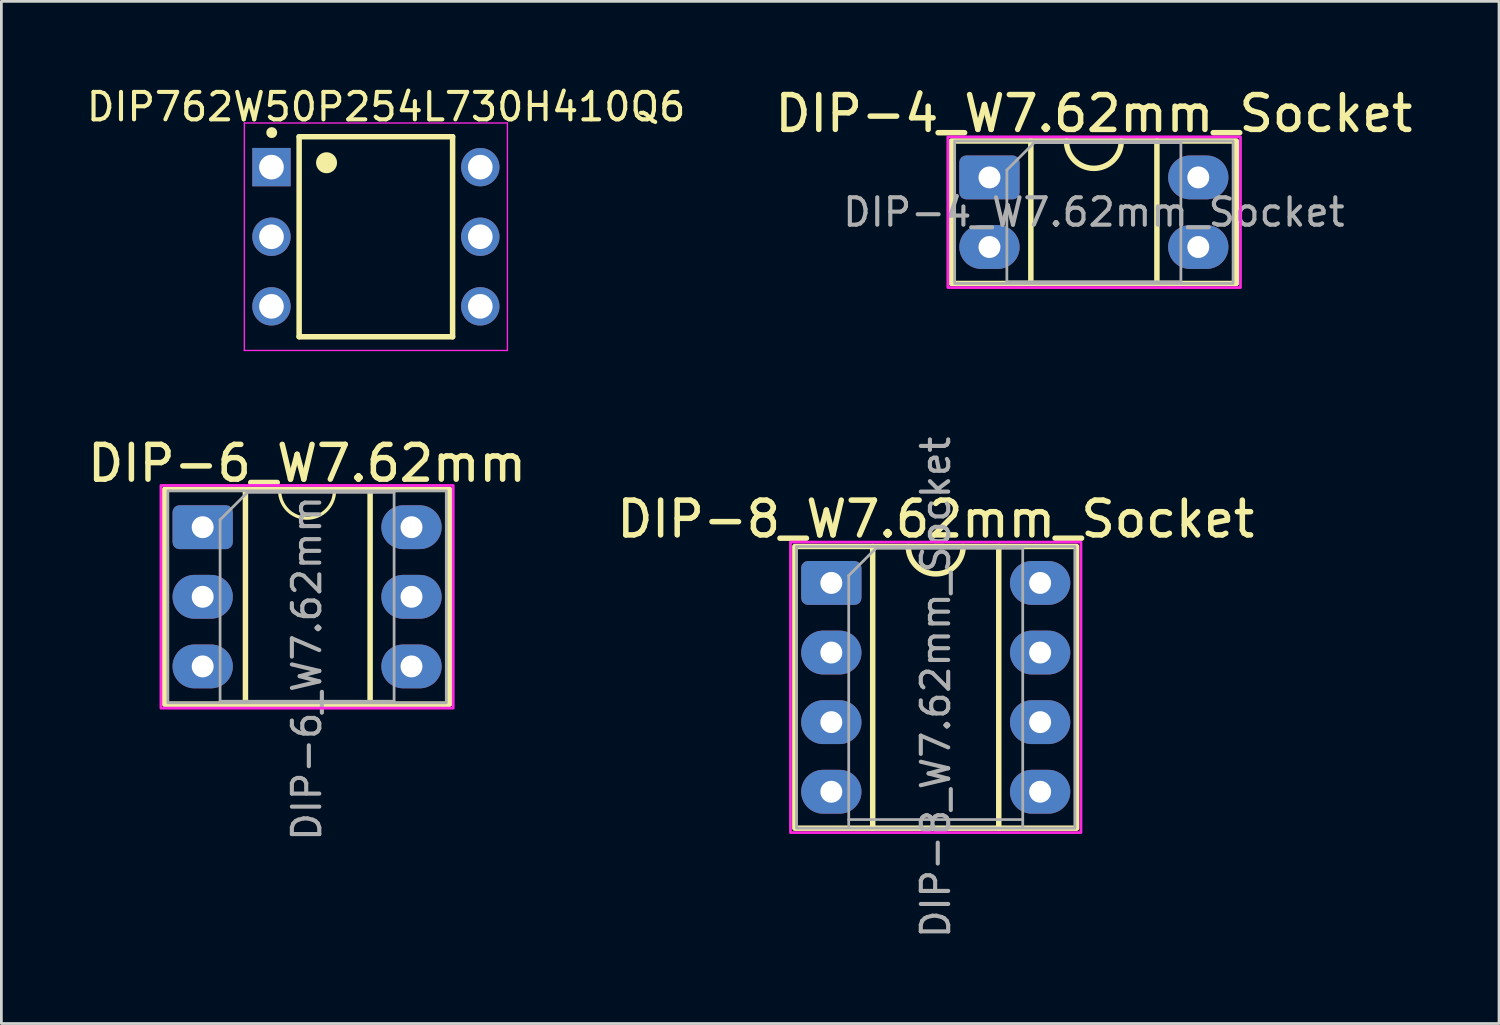
<source format=kicad_pcb>
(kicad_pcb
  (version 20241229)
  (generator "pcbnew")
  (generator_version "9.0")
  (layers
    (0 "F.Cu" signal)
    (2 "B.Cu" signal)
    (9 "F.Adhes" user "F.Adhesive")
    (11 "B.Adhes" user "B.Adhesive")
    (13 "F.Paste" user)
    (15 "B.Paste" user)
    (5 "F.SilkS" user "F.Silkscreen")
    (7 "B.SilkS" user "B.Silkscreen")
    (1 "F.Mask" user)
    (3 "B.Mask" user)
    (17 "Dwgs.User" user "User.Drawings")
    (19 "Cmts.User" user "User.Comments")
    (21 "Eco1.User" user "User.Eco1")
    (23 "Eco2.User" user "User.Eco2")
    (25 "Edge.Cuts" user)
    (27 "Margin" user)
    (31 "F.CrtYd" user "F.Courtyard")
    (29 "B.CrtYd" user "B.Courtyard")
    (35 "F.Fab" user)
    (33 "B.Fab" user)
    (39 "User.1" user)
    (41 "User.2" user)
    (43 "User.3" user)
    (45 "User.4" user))
  (footprint "DIP-4_W7.62mm_Socket"
    (layer "F.Cu")
    (at 36.867 4.694)
    (property "Reference" "DIP-4_W7.62mm_Socket" (at 0 -3.6 0) (layer "F.SilkS") (effects (font (size 1.27 1.27) (thickness 0.2))))
    (attr through_hole)
    (fp_line (start -2.3 -2.6) (end -2.3 2.6) (stroke (width 0.2) (type solid)) (layer "F.SilkS"))
    (fp_line (start -1 -2.6) (end -2.25 -2.6) (stroke (width 0.12) (type solid)) (layer "F.SilkS"))
    (fp_line (start 2.25 -2.6) (end 1 -2.6) (stroke (width 0.12) (type solid)) (layer "F.SilkS"))
    (fp_line (start 2.3 2.6) (end 2.3 -2.6) (stroke (width 0.2) (type solid)) (layer "F.SilkS"))
    (fp_rect (start -5.2 -2.6) (end 5.2 2.6) (stroke (width 0.2) (type solid)) (fill no) (layer "F.SilkS"))
    (fp_arc (start 1 -2.6) (mid 0 -1.6) (end -1 -2.6) (stroke (width 0.2) (type solid)) (layer "F.SilkS"))
    (fp_rect (start -5.33 -2.75) (end 5.35 2.75) (stroke (width 0.1) (type solid)) (fill no) (layer "F.CrtYd"))
    (fp_line (start -3.175 -1.54) (end -2.175 -2.54) (stroke (width 0.1) (type solid)) (layer "F.Fab"))
    (fp_line (start -3.175 2.54) (end -3.175 -1.54) (stroke (width 0.1) (type solid)) (layer "F.Fab"))
    (fp_line (start -2.175 -2.54) (end 3.175 -2.54) (stroke (width 0.1) (type solid)) (layer "F.Fab"))
    (fp_line (start 3.175 -2.54) (end 3.175 2.54) (stroke (width 0.1) (type solid)) (layer "F.Fab"))
    (fp_line (start 3.175 2.54) (end -3.175 2.54) (stroke (width 0.1) (type solid)) (layer "F.Fab"))
    (fp_rect (start -5.08 -2.6) (end 5.08 2.6) (stroke (width 0.1) (type solid)) (fill no) (layer "F.Fab"))
    (fp_text user "${REFERENCE}" (at 0 0 0) (layer "F.Fab") (effects (font (size 1 1) (thickness 0.15))))
    (pad "1" thru_hole roundrect (at -3.81 -1.27) (size 2.2 1.6) (drill 0.8) (layers "*.Cu" "*.Mask") (roundrect_rratio 0.156))
    (pad "2" thru_hole oval (at -3.81 1.27) (size 2.2 1.6) (drill 0.8) (layers "*.Cu" "*.Mask"))
    (pad "3" thru_hole oval (at 3.81 1.27) (size 2.2 1.6) (drill 0.8) (layers "*.Cu" "*.Mask"))
    (pad "4" thru_hole oval (at 3.81 -1.27) (size 2.2 1.6) (drill 0.8) (layers "*.Cu" "*.Mask")))
  (footprint "DIP-8_W7.62mm_Socket"
    (layer "F.Cu")
    (at 31.096 22.032)
    (property "Reference" "DIP-8_W7.62mm_Socket" (at 0 -6.14 0) (layer "F.SilkS") (effects (font (size 1.27 1.27) (thickness 0.2))))
    (attr through_hole)
    (fp_line (start -2.3 -5.14) (end -2.3 5.14) (stroke (width 0.2) (type solid)) (layer "F.SilkS"))
    (fp_line (start -1 -5.14) (end -2.25 -5.14) (stroke (width 0.12) (type solid)) (layer "F.SilkS"))
    (fp_line (start 2.25 -5.14) (end 1 -5.14) (stroke (width 0.12) (type solid)) (layer "F.SilkS"))
    (fp_line (start 2.3 5.14) (end 2.3 -5.14) (stroke (width 0.2) (type solid)) (layer "F.SilkS"))
    (fp_rect (start -5.14 -5.14) (end 5.14 5.14) (stroke (width 0.2) (type solid)) (fill no) (layer "F.SilkS"))
    (fp_arc (start 1 -5.14) (mid 0 -4.14) (end -1 -5.14) (stroke (width 0.2) (type solid)) (layer "F.SilkS"))
    (fp_rect (start -5.3 -5.3) (end 5.3 5.3) (stroke (width 0.1) (type solid)) (fill no) (layer "F.CrtYd"))
    (fp_line (start -3.175 -4.08) (end -2.175 -5.08) (stroke (width 0.1) (type solid)) (layer "F.Fab"))
    (fp_line (start -3.175 5.08) (end -3.175 -4.08) (stroke (width 0.1) (type solid)) (layer "F.Fab"))
    (fp_line (start -2.175 -5.08) (end 3.175 -5.08) (stroke (width 0.1) (type solid)) (layer "F.Fab"))
    (fp_line (start 3.175 -5.08) (end 3.175 5.08) (stroke (width 0.1) (type solid)) (layer "F.Fab"))
    (fp_line (start 3.175 4.826) (end -3.175 4.826) (stroke (width 0.1) (type solid)) (layer "F.Fab"))
    (fp_rect (start -5.08 -5.14) (end 5.08 5.14) (stroke (width 0.1) (type solid)) (fill no) (layer "F.Fab"))
    (fp_text user "${REFERENCE}" (at 0 0 90) (layer "F.Fab") (effects (font (size 1 1) (thickness 0.15))))
    (pad "1" thru_hole roundrect (at -3.81 -3.81) (size 2.2 1.6) (drill 0.8) (layers "*.Cu" "*.Mask") (roundrect_rratio 0.156))
    (pad "2" thru_hole oval (at -3.81 -1.27) (size 2.2 1.6) (drill 0.8) (layers "*.Cu" "*.Mask"))
    (pad "3" thru_hole oval (at -3.81 1.27) (size 2.2 1.6) (drill 0.8) (layers "*.Cu" "*.Mask"))
    (pad "4" thru_hole oval (at -3.81 3.81) (size 2.2 1.6) (drill 0.8) (layers "*.Cu" "*.Mask"))
    (pad "5" thru_hole oval (at 3.81 3.81) (size 2.2 1.6) (drill 0.8) (layers "*.Cu" "*.Mask"))
    (pad "6" thru_hole oval (at 3.81 1.27) (size 2.2 1.6) (drill 0.8) (layers "*.Cu" "*.Mask"))
    (pad "7" thru_hole oval (at 3.81 -1.27) (size 2.2 1.6) (drill 0.8) (layers "*.Cu" "*.Mask"))
    (pad "8" thru_hole oval (at 3.81 -3.81) (size 2.2 1.6) (drill 0.8) (layers "*.Cu" "*.Mask")))
  (footprint "DIP-6_W7.62mm"
    (layer "F.Cu")
    (at 8.156 18.728)
    (property "Reference" "DIP-6_W7.62mm" (at 0 -4.87 0) (layer "F.SilkS") (effects (font (size 1.27 1.27) (thickness 0.2))))
    (attr through_hole)
    (fp_line (start -2.25 -3.87) (end -2.25 3.87) (stroke (width 0.2) (type solid)) (layer "F.SilkS"))
    (fp_line (start -2.25 3.87) (end 2.25 3.87) (stroke (width 0.12) (type solid)) (layer "F.SilkS"))
    (fp_line (start -1 -3.87) (end -2.25 -3.87) (stroke (width 0.12) (type solid)) (layer "F.SilkS"))
    (fp_line (start 2.25 -3.87) (end 1 -3.87) (stroke (width 0.12) (type solid)) (layer "F.SilkS"))
    (fp_line (start 2.3 3.87) (end 2.3 -3.87) (stroke (width 0.2) (type solid)) (layer "F.SilkS"))
    (fp_rect (start -5.2 -3.92) (end 5.2 3.92) (stroke (width 0.2) (type solid)) (fill no) (layer "F.SilkS"))
    (fp_arc (start 1 -3.87) (mid 0 -2.87) (end -1 -3.87) (stroke (width 0.12) (type solid)) (layer "F.SilkS"))
    (fp_rect (start -5.334 -4.064) (end 5.334 4.064) (stroke (width 0.1) (type solid)) (fill no) (layer "F.CrtYd"))
    (fp_line (start -3.175 -2.81) (end -2.175 -3.81) (stroke (width 0.1) (type solid)) (layer "F.Fab"))
    (fp_line (start -3.175 3.81) (end -3.175 -2.81) (stroke (width 0.1) (type solid)) (layer "F.Fab"))
    (fp_line (start -2.175 -3.81) (end 3.175 -3.81) (stroke (width 0.1) (type solid)) (layer "F.Fab"))
    (fp_line (start 3.175 -3.81) (end 3.175 3.81) (stroke (width 0.1) (type solid)) (layer "F.Fab"))
    (fp_line (start 3.175 3.81) (end -3.175 3.81) (stroke (width 0.1) (type solid)) (layer "F.Fab"))
    (fp_rect (start -5.08 -3.87) (end 5.08 3.87) (stroke (width 0.1) (type solid)) (fill no) (layer "F.Fab"))
    (fp_text user "${REFERENCE}" (at -0.01 2.61 90) (layer "F.Fab") (effects (font (size 1 1) (thickness 0.15))))
    (pad "1" thru_hole roundrect (at -3.81 -2.54) (size 2.2 1.6) (drill 0.8) (layers "*.Cu" "*.Mask") (roundrect_rratio 0.156))
    (pad "2" thru_hole oval (at -3.81 0) (size 2.2 1.6) (drill 0.8) (layers "*.Cu" "*.Mask"))
    (pad "3" thru_hole oval (at -3.81 2.54) (size 2.2 1.6) (drill 0.8) (layers "*.Cu" "*.Mask"))
    (pad "4" thru_hole oval (at 3.81 2.54) (size 2.2 1.6) (drill 0.8) (layers "*.Cu" "*.Mask"))
    (pad "5" thru_hole oval (at 3.81 0) (size 2.2 1.6) (drill 0.8) (layers "*.Cu" "*.Mask"))
    (pad "6" thru_hole oval (at 3.81 -2.54) (size 2.2 1.6) (drill 0.8) (layers "*.Cu" "*.Mask")))
  (footprint "DIP762W50P254L730H410Q6"
    (layer "F.Cu")
    (at 10.666 5.589)
    (property "Reference" "DIP762W50P254L730H410Q6" (at 0.375 -4.74 0) (layer "F.SilkS") (effects (font (size 1.001 1.001) (thickness 0.15))))
    (attr through_hole)
    (fp_line (start -2.8 -3.65) (end 2.8 -3.65) (stroke (width 0.2) (type solid)) (layer "F.SilkS"))
    (fp_line (start -2.8 3.65) (end -2.8 -3.65) (stroke (width 0.2) (type solid)) (layer "F.SilkS"))
    (fp_line (start -2 -2.6) (end -1.8 -2.9) (stroke (width 0.2) (type solid)) (layer "F.SilkS"))
    (fp_line (start -2 -2.6) (end -1.8 -2.7) (stroke (width 0.2) (type solid)) (layer "F.SilkS"))
    (fp_line (start -1.8 -2.9) (end -1.6 -2.7) (stroke (width 0.2) (type solid)) (layer "F.SilkS"))
    (fp_line (start -1.7 -2.5) (end -2 -2.6) (stroke (width 0.2) (type solid)) (layer "F.SilkS"))
    (fp_line (start -1.6 -2.7) (end -1.7 -2.5) (stroke (width 0.2) (type solid)) (layer "F.SilkS"))
    (fp_line (start 2.8 -3.65) (end 2.8 3.65) (stroke (width 0.2) (type solid)) (layer "F.SilkS"))
    (fp_line (start 2.8 3.65) (end -2.8 3.65) (stroke (width 0.2) (type solid)) (layer "F.SilkS"))
    (fp_circle (center -3.8 -3.8) (end -3.7 -3.8) (stroke (width 0.2) (type solid)) (fill no) (layer "F.SilkS"))
    (fp_circle (center -1.8 -2.7) (end -1.517 -2.7) (stroke (width 0.2) (type solid)) (fill no) (layer "F.SilkS"))
    (fp_line (start -4.8 -4.15) (end 4.8 -4.15) (stroke (width 0.05) (type solid)) (layer "F.CrtYd"))
    (fp_line (start -4.8 4.15) (end -4.8 -4.15) (stroke (width 0.05) (type solid)) (layer "F.CrtYd"))
    (fp_line (start 4.8 -4.15) (end 4.8 4.15) (stroke (width 0.05) (type solid)) (layer "F.CrtYd"))
    (fp_line (start 4.8 4.15) (end -4.8 4.15) (stroke (width 0.05) (type solid)) (layer "F.CrtYd"))
    (pad "1" thru_hole rect (at -3.81 -2.54) (size 1.4 1.4) (drill 0.9) (layers "*.Cu" "*.Mask"))
    (pad "2" thru_hole circle (at -3.81 0) (size 1.4 1.4) (drill 0.9) (layers "*.Cu" "*.Mask"))
    (pad "3" thru_hole circle (at -3.81 2.54) (size 1.4 1.4) (drill 0.9) (layers "*.Cu" "*.Mask"))
    (pad "4" thru_hole circle (at 3.81 2.54) (size 1.4 1.4) (drill 0.9) (layers "*.Cu" "*.Mask"))
    (pad "5" thru_hole circle (at 3.81 0) (size 1.4 1.4) (drill 0.9) (layers "*.Cu" "*.Mask"))
    (pad "6" thru_hole circle (at 3.81 -2.54) (size 1.4 1.4) (drill 0.9) (layers "*.Cu" "*.Mask")))
  (gr_rect
    (start -3 -3)
    (end 51.651 34.3)
    (stroke (width 0.1) (type default))
    (fill no)
    (layer "Edge.Cuts")))
</source>
